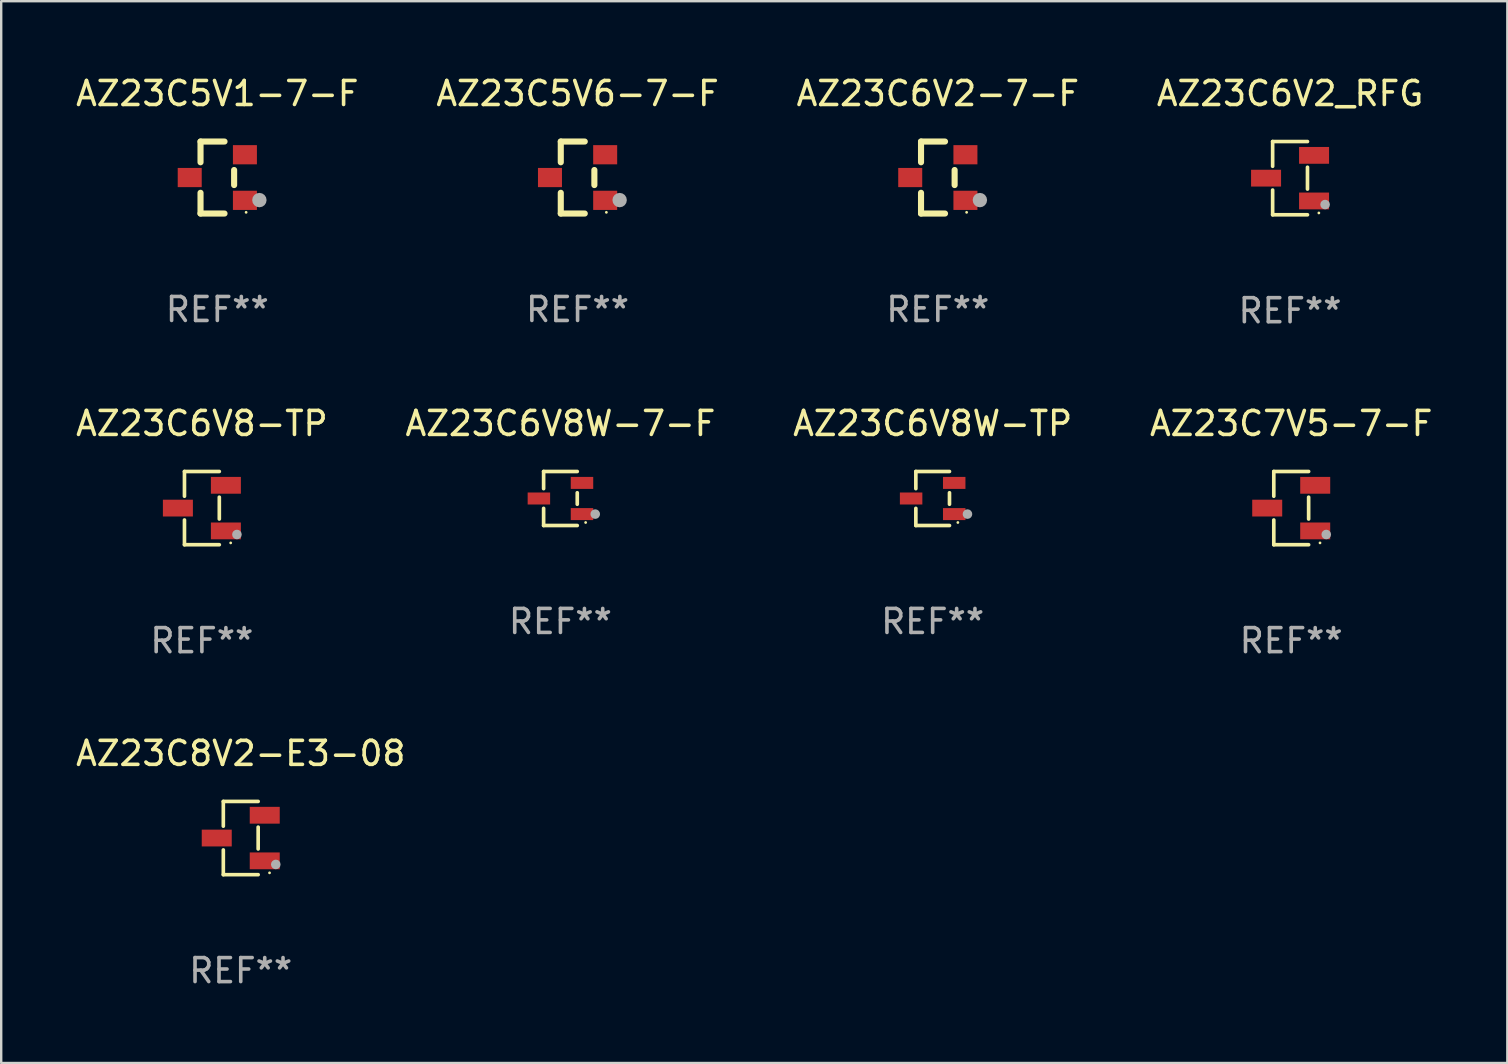
<source format=kicad_pcb>
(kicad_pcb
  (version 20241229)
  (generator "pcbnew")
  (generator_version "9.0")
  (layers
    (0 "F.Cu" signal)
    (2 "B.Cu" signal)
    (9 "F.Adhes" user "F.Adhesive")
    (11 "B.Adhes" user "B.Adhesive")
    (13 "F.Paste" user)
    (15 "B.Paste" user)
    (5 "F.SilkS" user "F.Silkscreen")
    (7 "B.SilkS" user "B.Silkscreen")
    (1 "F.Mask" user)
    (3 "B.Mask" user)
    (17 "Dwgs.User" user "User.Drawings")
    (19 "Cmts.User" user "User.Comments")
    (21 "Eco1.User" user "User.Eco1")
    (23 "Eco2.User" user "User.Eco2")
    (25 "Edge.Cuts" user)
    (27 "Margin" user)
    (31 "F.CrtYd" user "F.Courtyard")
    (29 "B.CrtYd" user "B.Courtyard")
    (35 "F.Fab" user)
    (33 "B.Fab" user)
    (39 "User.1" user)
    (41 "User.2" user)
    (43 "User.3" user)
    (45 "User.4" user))
  (footprint "AZ23C8V2-E3-08"
    (layer "F.Cu")
    (at 6.982 31.872)
    (property "Reference" "AZ23C8V2-E3-08" (at 0 -3.526 0) (layer "F.SilkS") (effects (font (size 1 1) (thickness 0.15))))
    (attr through_hole)
    (fp_line (start -0.726 -1.526) (end -0.726 -0.495) (stroke (width 0.152) (type solid)) (layer "F.SilkS"))
    (fp_line (start -0.726 1.526) (end -0.726 0.495) (stroke (width 0.152) (type solid)) (layer "F.SilkS"))
    (fp_line (start 0.726 -1.526) (end -0.726 -1.526) (stroke (width 0.152) (type solid)) (layer "F.SilkS"))
    (fp_line (start 0.726 -0.455) (end 0.726 0.455) (stroke (width 0.152) (type solid)) (layer "F.SilkS"))
    (fp_line (start 0.726 1.526) (end -0.726 1.526) (stroke (width 0.152) (type solid)) (layer "F.SilkS"))
    (fp_circle (center 1.2 1.45) (end 1.23 1.45) (stroke (width 0.06) (type solid)) (fill no) (layer "F.SilkS"))
    (fp_circle (center 1.46 1.1) (end 1.56 1.1) (stroke (width 0.2) (type solid)) (fill no) (layer "F.Fab"))
    (fp_text user "REF**" (at 0 5.526 0) (layer "F.Fab") (effects (font (size 1 1) (thickness 0.15))))
    (pad "1" smd rect (at 1 0.95) (size 1.25 0.7) (layers "F.Cu" "F.Mask" "F.Paste"))
    (pad "2" smd rect (at 1 -0.95) (size 1.25 0.7) (layers "F.Cu" "F.Mask" "F.Paste"))
    (pad "3" smd rect (at -1 0) (size 1.25 0.7) (layers "F.Cu" "F.Mask" "F.Paste")))
  (footprint "AZ23C5V1-7-F"
    (layer "F.Cu")
    (at 6.006 4.348)
    (property "Reference" "AZ23C5V1-7-F" (at 0 -3.5 0) (layer "F.SilkS") (effects (font (size 1 1) (thickness 0.15))))
    (attr through_hole)
    (fp_line (start -0.7 -1.5) (end 0.3 -1.5) (stroke (width 0.254) (type solid)) (layer "F.SilkS"))
    (fp_line (start -0.7 -0.636) (end -0.7 -1.5) (stroke (width 0.254) (type solid)) (layer "F.SilkS"))
    (fp_line (start -0.7 1.5) (end -0.7 0.636) (stroke (width 0.254) (type solid)) (layer "F.SilkS"))
    (fp_line (start -0.7 1.5) (end 0.3 1.5) (stroke (width 0.254) (type solid)) (layer "F.SilkS"))
    (fp_line (start 0.7 0.314) (end 0.7 -0.314) (stroke (width 0.254) (type solid)) (layer "F.SilkS"))
    (fp_circle (center 1.2 1.45) (end 1.23 1.45) (stroke (width 0.06) (type solid)) (fill no) (layer "F.SilkS"))
    (fp_circle (center 1.753 0.94) (end 1.903 0.94) (stroke (width 0.3) (type solid)) (fill no) (layer "F.Fab"))
    (fp_text user "REF**" (at 0 5.5 0) (layer "F.Fab") (effects (font (size 1 1) (thickness 0.15))))
    (pad "1" smd rect (at 1.15 0.95 180) (size 1 0.8) (layers "F.Cu" "F.Mask" "F.Paste"))
    (pad "2" smd rect (at 1.15 -0.95 180) (size 1 0.8) (layers "F.Cu" "F.Mask" "F.Paste"))
    (pad "3" smd rect (at -1.15 -0.000051 180) (size 1 0.8) (layers "F.Cu" "F.Mask" "F.Paste")))
  (footprint "AZ23C7V5-7-F"
    (layer "F.Cu")
    (at 50.756 18.123)
    (property "Reference" "AZ23C7V5-7-F" (at 0 -3.526 0) (layer "F.SilkS") (effects (font (size 1 1) (thickness 0.15))))
    (attr through_hole)
    (fp_line (start -0.726 -1.526) (end -0.726 -0.495) (stroke (width 0.152) (type solid)) (layer "F.SilkS"))
    (fp_line (start -0.726 1.526) (end -0.726 0.495) (stroke (width 0.152) (type solid)) (layer "F.SilkS"))
    (fp_line (start 0.726 -1.526) (end -0.726 -1.526) (stroke (width 0.152) (type solid)) (layer "F.SilkS"))
    (fp_line (start 0.726 -0.455) (end 0.726 0.455) (stroke (width 0.152) (type solid)) (layer "F.SilkS"))
    (fp_line (start 0.726 1.526) (end -0.726 1.526) (stroke (width 0.152) (type solid)) (layer "F.SilkS"))
    (fp_circle (center 1.2 1.45) (end 1.23 1.45) (stroke (width 0.06) (type solid)) (fill no) (layer "F.SilkS"))
    (fp_circle (center 1.46 1.1) (end 1.56 1.1) (stroke (width 0.2) (type solid)) (fill no) (layer "F.Fab"))
    (fp_text user "REF**" (at 0 5.526 0) (layer "F.Fab") (effects (font (size 1 1) (thickness 0.15))))
    (pad "1" smd rect (at 1 0.95) (size 1.25 0.7) (layers "F.Cu" "F.Mask" "F.Paste"))
    (pad "2" smd rect (at 1 -0.95) (size 1.25 0.7) (layers "F.Cu" "F.Mask" "F.Paste"))
    (pad "3" smd rect (at -1 0) (size 1.25 0.7) (layers "F.Cu" "F.Mask" "F.Paste")))
  (footprint "AZ23C6V2-7-F"
    (layer "F.Cu")
    (at 36.03 4.348)
    (property "Reference" "AZ23C6V2-7-F" (at 0 -3.5 0) (layer "F.SilkS") (effects (font (size 1 1) (thickness 0.15))))
    (attr through_hole)
    (fp_line (start -0.7 -1.5) (end 0.3 -1.5) (stroke (width 0.254) (type solid)) (layer "F.SilkS"))
    (fp_line (start -0.7 -0.636) (end -0.7 -1.5) (stroke (width 0.254) (type solid)) (layer "F.SilkS"))
    (fp_line (start -0.7 1.5) (end -0.7 0.636) (stroke (width 0.254) (type solid)) (layer "F.SilkS"))
    (fp_line (start -0.7 1.5) (end 0.3 1.5) (stroke (width 0.254) (type solid)) (layer "F.SilkS"))
    (fp_line (start 0.7 0.314) (end 0.7 -0.314) (stroke (width 0.254) (type solid)) (layer "F.SilkS"))
    (fp_circle (center 1.2 1.45) (end 1.23 1.45) (stroke (width 0.06) (type solid)) (fill no) (layer "F.SilkS"))
    (fp_circle (center 1.753 0.94) (end 1.903 0.94) (stroke (width 0.3) (type solid)) (fill no) (layer "F.Fab"))
    (fp_text user "REF**" (at 0 5.5 0) (layer "F.Fab") (effects (font (size 1 1) (thickness 0.15))))
    (pad "1" smd rect (at 1.15 0.95 180) (size 1 0.8) (layers "F.Cu" "F.Mask" "F.Paste"))
    (pad "2" smd rect (at 1.15 -0.95 180) (size 1 0.8) (layers "F.Cu" "F.Mask" "F.Paste"))
    (pad "3" smd rect (at -1.15 -0.000051 180) (size 1 0.8) (layers "F.Cu" "F.Mask" "F.Paste")))
  (footprint "AZ23C6V8W-TP"
    (layer "F.Cu")
    (at 35.815 17.723)
    (property "Reference" "AZ23C6V8W-TP" (at 0 -3.126 0) (layer "F.SilkS") (effects (font (size 1 1) (thickness 0.15))))
    (attr through_hole)
    (fp_line (start -0.701 -1.126) (end -0.701 -0.411) (stroke (width 0.152) (type solid)) (layer "F.SilkS"))
    (fp_line (start -0.701 1.126) (end -0.701 0.411) (stroke (width 0.152) (type solid)) (layer "F.SilkS"))
    (fp_line (start 0.701 -1.126) (end -0.701 -1.126) (stroke (width 0.152) (type solid)) (layer "F.SilkS"))
    (fp_line (start 0.701 -0.239) (end 0.701 0.239) (stroke (width 0.152) (type solid)) (layer "F.SilkS"))
    (fp_line (start 0.701 1.126) (end -0.701 1.126) (stroke (width 0.152) (type solid)) (layer "F.SilkS"))
    (fp_circle (center 1.05 1) (end 1.08 1) (stroke (width 0.06) (type solid)) (fill no) (layer "F.SilkS"))
    (fp_circle (center 1.45 0.65) (end 1.55 0.65) (stroke (width 0.2) (type solid)) (fill no) (layer "F.Fab"))
    (fp_text user "REF**" (at 0 5.126 0) (layer "F.Fab") (effects (font (size 1 1) (thickness 0.15))))
    (pad "1" smd rect (at 0.898 0.65) (size 0.936 0.5) (layers "F.Cu" "F.Mask" "F.Paste"))
    (pad "2" smd rect (at 0.898 -0.65) (size 0.936 0.5) (layers "F.Cu" "F.Mask" "F.Paste"))
    (pad "3" smd rect (at -0.898 0) (size 0.936 0.5) (layers "F.Cu" "F.Mask" "F.Paste")))
  (footprint "AZ23C6V8-TP"
    (layer "F.Cu")
    (at 5.363 18.123)
    (property "Reference" "AZ23C6V8-TP" (at 0 -3.526 0) (layer "F.SilkS") (effects (font (size 1 1) (thickness 0.15))))
    (attr through_hole)
    (fp_line (start -0.726 -1.526) (end -0.726 -0.495) (stroke (width 0.152) (type solid)) (layer "F.SilkS"))
    (fp_line (start -0.726 1.526) (end -0.726 0.495) (stroke (width 0.152) (type solid)) (layer "F.SilkS"))
    (fp_line (start 0.726 -1.526) (end -0.726 -1.526) (stroke (width 0.152) (type solid)) (layer "F.SilkS"))
    (fp_line (start 0.726 -0.455) (end 0.726 0.455) (stroke (width 0.152) (type solid)) (layer "F.SilkS"))
    (fp_line (start 0.726 1.526) (end -0.726 1.526) (stroke (width 0.152) (type solid)) (layer "F.SilkS"))
    (fp_circle (center 1.2 1.45) (end 1.23 1.45) (stroke (width 0.06) (type solid)) (fill no) (layer "F.SilkS"))
    (fp_circle (center 1.46 1.1) (end 1.56 1.1) (stroke (width 0.2) (type solid)) (fill no) (layer "F.Fab"))
    (fp_text user "REF**" (at 0 5.526 0) (layer "F.Fab") (effects (font (size 1 1) (thickness 0.15))))
    (pad "1" smd rect (at 1 0.95) (size 1.25 0.7) (layers "F.Cu" "F.Mask" "F.Paste"))
    (pad "2" smd rect (at 1 -0.95) (size 1.25 0.7) (layers "F.Cu" "F.Mask" "F.Paste"))
    (pad "3" smd rect (at -1 0) (size 1.25 0.7) (layers "F.Cu" "F.Mask" "F.Paste")))
  (footprint "AZ23C6V8W-7-F"
    (layer "F.Cu")
    (at 20.304 17.723)
    (property "Reference" "AZ23C6V8W-7-F" (at 0 -3.126 0) (layer "F.SilkS") (effects (font (size 1 1) (thickness 0.15))))
    (attr through_hole)
    (fp_line (start -0.701 -1.126) (end -0.701 -0.411) (stroke (width 0.152) (type solid)) (layer "F.SilkS"))
    (fp_line (start -0.701 1.126) (end -0.701 0.411) (stroke (width 0.152) (type solid)) (layer "F.SilkS"))
    (fp_line (start 0.701 -1.126) (end -0.701 -1.126) (stroke (width 0.152) (type solid)) (layer "F.SilkS"))
    (fp_line (start 0.701 -0.239) (end 0.701 0.239) (stroke (width 0.152) (type solid)) (layer "F.SilkS"))
    (fp_line (start 0.701 1.126) (end -0.701 1.126) (stroke (width 0.152) (type solid)) (layer "F.SilkS"))
    (fp_circle (center 1.05 1) (end 1.08 1) (stroke (width 0.06) (type solid)) (fill no) (layer "F.SilkS"))
    (fp_circle (center 1.45 0.65) (end 1.55 0.65) (stroke (width 0.2) (type solid)) (fill no) (layer "F.Fab"))
    (fp_text user "REF**" (at 0 5.126 0) (layer "F.Fab") (effects (font (size 1 1) (thickness 0.15))))
    (pad "1" smd rect (at 0.898 0.65) (size 0.936 0.5) (layers "F.Cu" "F.Mask" "F.Paste"))
    (pad "2" smd rect (at 0.898 -0.65) (size 0.936 0.5) (layers "F.Cu" "F.Mask" "F.Paste"))
    (pad "3" smd rect (at -0.898 0) (size 0.936 0.5) (layers "F.Cu" "F.Mask" "F.Paste")))
  (footprint "AZ23C6V2_RFG"
    (layer "F.Cu")
    (at 50.708 4.374)
    (property "Reference" "AZ23C6V2_RFG" (at 0 -3.526 0) (layer "F.SilkS") (effects (font (size 1 1) (thickness 0.15))))
    (attr through_hole)
    (fp_line (start -0.726 -1.526) (end -0.726 -0.495) (stroke (width 0.152) (type solid)) (layer "F.SilkS"))
    (fp_line (start -0.726 1.526) (end -0.726 0.495) (stroke (width 0.152) (type solid)) (layer "F.SilkS"))
    (fp_line (start 0.726 -1.526) (end -0.726 -1.526) (stroke (width 0.152) (type solid)) (layer "F.SilkS"))
    (fp_line (start 0.726 -0.455) (end 0.726 0.455) (stroke (width 0.152) (type solid)) (layer "F.SilkS"))
    (fp_line (start 0.726 1.526) (end -0.726 1.526) (stroke (width 0.152) (type solid)) (layer "F.SilkS"))
    (fp_circle (center 1.2 1.45) (end 1.23 1.45) (stroke (width 0.06) (type solid)) (fill no) (layer "F.SilkS"))
    (fp_circle (center 1.46 1.1) (end 1.56 1.1) (stroke (width 0.2) (type solid)) (fill no) (layer "F.Fab"))
    (fp_text user "REF**" (at 0 5.526 0) (layer "F.Fab") (effects (font (size 1 1) (thickness 0.15))))
    (pad "1" smd rect (at 1 0.95) (size 1.25 0.7) (layers "F.Cu" "F.Mask" "F.Paste"))
    (pad "2" smd rect (at 1 -0.95) (size 1.25 0.7) (layers "F.Cu" "F.Mask" "F.Paste"))
    (pad "3" smd rect (at -1 0) (size 1.25 0.7) (layers "F.Cu" "F.Mask" "F.Paste")))
  (footprint "AZ23C5V6-7-F"
    (layer "F.Cu")
    (at 21.018 4.348)
    (property "Reference" "AZ23C5V6-7-F" (at 0 -3.5 0) (layer "F.SilkS") (effects (font (size 1 1) (thickness 0.15))))
    (attr through_hole)
    (fp_line (start -0.7 -1.5) (end 0.3 -1.5) (stroke (width 0.254) (type solid)) (layer "F.SilkS"))
    (fp_line (start -0.7 -0.636) (end -0.7 -1.5) (stroke (width 0.254) (type solid)) (layer "F.SilkS"))
    (fp_line (start -0.7 1.5) (end -0.7 0.636) (stroke (width 0.254) (type solid)) (layer "F.SilkS"))
    (fp_line (start -0.7 1.5) (end 0.3 1.5) (stroke (width 0.254) (type solid)) (layer "F.SilkS"))
    (fp_line (start 0.7 0.314) (end 0.7 -0.314) (stroke (width 0.254) (type solid)) (layer "F.SilkS"))
    (fp_circle (center 1.2 1.45) (end 1.23 1.45) (stroke (width 0.06) (type solid)) (fill no) (layer "F.SilkS"))
    (fp_circle (center 1.753 0.94) (end 1.903 0.94) (stroke (width 0.3) (type solid)) (fill no) (layer "F.Fab"))
    (fp_text user "REF**" (at 0 5.5 0) (layer "F.Fab") (effects (font (size 1 1) (thickness 0.15))))
    (pad "1" smd rect (at 1.15 0.95 180) (size 1 0.8) (layers "F.Cu" "F.Mask" "F.Paste"))
    (pad "2" smd rect (at 1.15 -0.95 180) (size 1 0.8) (layers "F.Cu" "F.Mask" "F.Paste"))
    (pad "3" smd rect (at -1.15 -0.000051 180) (size 1 0.8) (layers "F.Cu" "F.Mask" "F.Paste")))
  (gr_rect
    (start -3 -3)
    (end 59.762 41.247)
    (stroke (width 0.1) (type default))
    (fill no)
    (layer "Edge.Cuts")))
</source>
